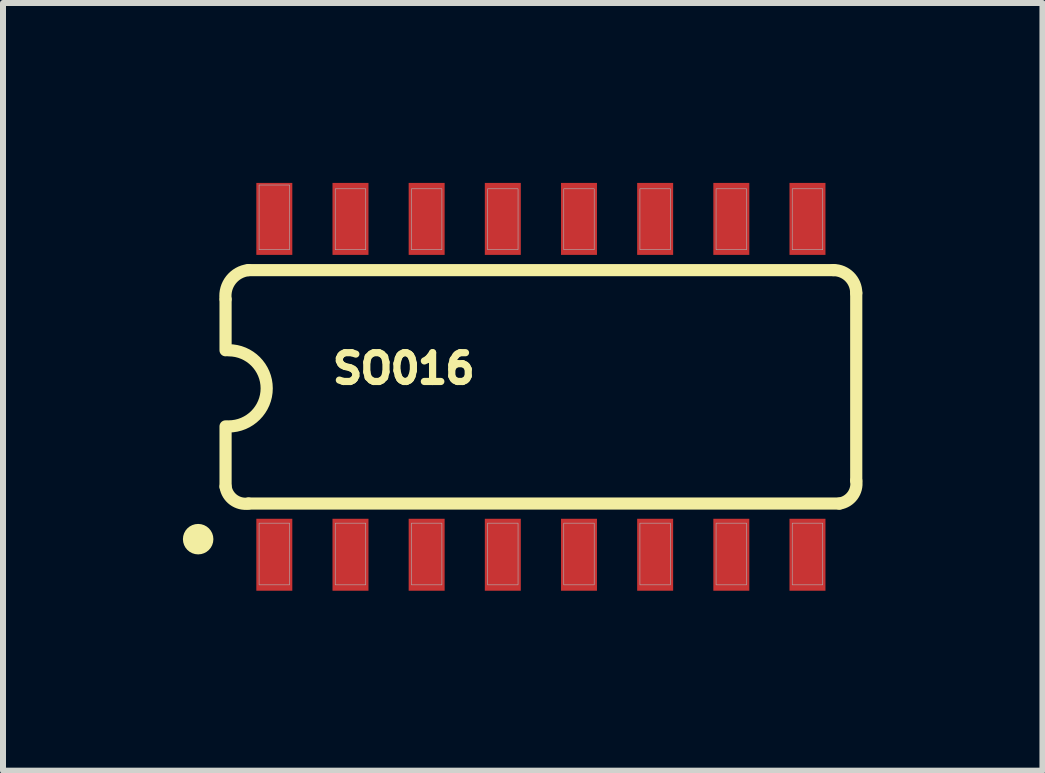
<source format=kicad_pcb>
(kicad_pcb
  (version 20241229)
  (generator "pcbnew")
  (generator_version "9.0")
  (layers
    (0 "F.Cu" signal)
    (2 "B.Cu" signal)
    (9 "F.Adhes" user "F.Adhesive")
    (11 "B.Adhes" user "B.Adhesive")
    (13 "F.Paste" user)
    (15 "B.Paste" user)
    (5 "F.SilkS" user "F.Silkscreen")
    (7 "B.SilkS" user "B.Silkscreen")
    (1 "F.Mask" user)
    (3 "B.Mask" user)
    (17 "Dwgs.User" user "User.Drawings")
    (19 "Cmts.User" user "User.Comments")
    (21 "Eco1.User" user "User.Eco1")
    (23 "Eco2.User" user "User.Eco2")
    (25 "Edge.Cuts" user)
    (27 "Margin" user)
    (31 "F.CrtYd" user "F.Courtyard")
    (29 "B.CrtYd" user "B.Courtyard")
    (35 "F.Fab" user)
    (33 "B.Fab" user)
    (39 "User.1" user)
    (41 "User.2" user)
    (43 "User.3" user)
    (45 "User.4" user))
  (footprint "SO016"
    (layer "F.Cu")
    (at 5.969 3.4)
    (property "Reference" "SO016" (at -2.286 -0.305 0) (layer "F.SilkS") (effects (font (size 0.48 0.48) (thickness 0.15))))
    (attr smd)
    (fp_line (start -5.258 -1.453) (end -5.258 -0.61) (stroke (width 0.203) (type solid)) (layer "F.SilkS"))
    (fp_line (start -5.258 1.665) (end -5.258 0.66) (stroke (width 0.203) (type solid)) (layer "F.SilkS"))
    (fp_line (start -4.877 1.946) (end 4.977 1.946) (stroke (width 0.203) (type solid)) (layer "F.SilkS"))
    (fp_line (start 4.877 -1.946) (end -4.877 -1.946) (stroke (width 0.203) (type solid)) (layer "F.SilkS"))
    (fp_line (start 5.258 1.565) (end 5.258 -1.565) (stroke (width 0.203) (type solid)) (layer "F.SilkS"))
    (fp_arc (start -5.2578 -1.4653) (mid -5.166948 -1.784731) (end -4.8768 -1.9463) (stroke (width 0.2032) (type solid)) (layer "F.SilkS"))
    (fp_arc (start -5.207 -0.6096) (mid -4.572 0.0254) (end -5.207 0.6604) (stroke (width 0.2032) (type solid)) (layer "F.SilkS"))
    (fp_arc (start -4.8768 1.9463) (mid -5.125497 1.884708) (end -5.2578 1.6653) (stroke (width 0.2032) (type solid)) (layer "F.SilkS"))
    (fp_arc (start 4.8768 -1.9463) (mid 5.146237 -1.834737) (end 5.2578 -1.5653) (stroke (width 0.2032) (type solid)) (layer "F.SilkS"))
    (fp_arc (start 5.2578 1.5653) (mid 5.196208 1.813997) (end 4.9768 1.9463) (stroke (width 0.2032) (type solid)) (layer "F.SilkS"))
    (fp_circle (center -5.715 2.54) (end -5.588 2.54) (stroke (width 0.254) (type solid)) (fill no) (layer "F.SilkS"))
    (fp_poly (pts (xy -4.699 -3.365) (xy -4.191 -3.365) (xy -4.191 -2.286) (xy -4.699 -2.286)) (stroke (width 0.01) (type solid)) (fill no) (layer "F.Fab"))
    (fp_poly (pts (xy -4.699 2.273) (xy -4.191 2.273) (xy -4.191 3.302) (xy -4.699 3.302)) (stroke (width 0.01) (type solid)) (fill no) (layer "F.Fab"))
    (fp_poly (pts (xy -3.429 -3.302) (xy -2.921 -3.302) (xy -2.921 -2.286) (xy -3.429 -2.286)) (stroke (width 0.01) (type solid)) (fill no) (layer "F.Fab"))
    (fp_poly (pts (xy -3.429 2.273) (xy -2.921 2.273) (xy -2.921 3.302) (xy -3.429 3.302)) (stroke (width 0.01) (type solid)) (fill no) (layer "F.Fab"))
    (fp_poly (pts (xy -2.159 -3.302) (xy -1.651 -3.302) (xy -1.651 -2.286) (xy -2.159 -2.286)) (stroke (width 0.01) (type solid)) (fill no) (layer "F.Fab"))
    (fp_poly (pts (xy -2.159 2.273) (xy -1.651 2.273) (xy -1.651 3.302) (xy -2.159 3.302)) (stroke (width 0.01) (type solid)) (fill no) (layer "F.Fab"))
    (fp_poly (pts (xy -0.889 -3.302) (xy -0.381 -3.302) (xy -0.381 -2.286) (xy -0.889 -2.286)) (stroke (width 0.01) (type solid)) (fill no) (layer "F.Fab"))
    (fp_poly (pts (xy -0.889 2.273) (xy -0.381 2.273) (xy -0.381 3.302) (xy -0.889 3.302)) (stroke (width 0.01) (type solid)) (fill no) (layer "F.Fab"))
    (fp_poly (pts (xy 0.381 -3.302) (xy 0.889 -3.302) (xy 0.889 -2.286) (xy 0.381 -2.286)) (stroke (width 0.01) (type solid)) (fill no) (layer "F.Fab"))
    (fp_poly (pts (xy 0.381 2.273) (xy 0.889 2.273) (xy 0.889 3.302) (xy 0.381 3.302)) (stroke (width 0.01) (type solid)) (fill no) (layer "F.Fab"))
    (fp_poly (pts (xy 1.651 -3.302) (xy 2.159 -3.302) (xy 2.159 -2.286) (xy 1.651 -2.286)) (stroke (width 0.01) (type solid)) (fill no) (layer "F.Fab"))
    (fp_poly (pts (xy 1.651 2.273) (xy 2.159 2.273) (xy 2.159 3.302) (xy 1.651 3.302)) (stroke (width 0.01) (type solid)) (fill no) (layer "F.Fab"))
    (fp_poly (pts (xy 2.921 -3.302) (xy 3.429 -3.302) (xy 3.429 -2.286) (xy 2.921 -2.286)) (stroke (width 0.01) (type solid)) (fill no) (layer "F.Fab"))
    (fp_poly (pts (xy 2.921 2.273) (xy 3.429 2.273) (xy 3.429 3.302) (xy 2.921 3.302)) (stroke (width 0.01) (type solid)) (fill no) (layer "F.Fab"))
    (fp_poly (pts (xy 4.191 -3.302) (xy 4.699 -3.302) (xy 4.699 -2.286) (xy 4.191 -2.286)) (stroke (width 0.01) (type solid)) (fill no) (layer "F.Fab"))
    (fp_poly (pts (xy 4.191 2.273) (xy 4.699 2.273) (xy 4.699 3.302) (xy 4.191 3.302)) (stroke (width 0.01) (type solid)) (fill no) (layer "F.Fab"))
    (pad "1" smd rect (at -4.445 2.8) (size 0.6 1.2) (layers "F.Cu" "F.Mask" "F.Paste"))
    (pad "2" smd rect (at -3.175 2.8) (size 0.6 1.2) (layers "F.Cu" "F.Mask" "F.Paste"))
    (pad "3" smd rect (at -1.905 2.8) (size 0.6 1.2) (layers "F.Cu" "F.Mask" "F.Paste"))
    (pad "4" smd rect (at -0.635 2.8) (size 0.6 1.2) (layers "F.Cu" "F.Mask" "F.Paste"))
    (pad "5" smd rect (at 0.635 2.8) (size 0.6 1.2) (layers "F.Cu" "F.Mask" "F.Paste"))
    (pad "6" smd rect (at 1.905 2.8) (size 0.6 1.2) (layers "F.Cu" "F.Mask" "F.Paste"))
    (pad "7" smd rect (at 3.175 2.8) (size 0.6 1.2) (layers "F.Cu" "F.Mask" "F.Paste"))
    (pad "8" smd rect (at 4.445 2.8) (size 0.6 1.2) (layers "F.Cu" "F.Mask" "F.Paste"))
    (pad "9" smd rect (at 4.445 -2.8) (size 0.6 1.2) (layers "F.Cu" "F.Mask" "F.Paste"))
    (pad "10" smd rect (at 3.175 -2.8) (size 0.6 1.2) (layers "F.Cu" "F.Mask" "F.Paste"))
    (pad "11" smd rect (at 1.905 -2.8) (size 0.6 1.2) (layers "F.Cu" "F.Mask" "F.Paste"))
    (pad "12" smd rect (at 0.635 -2.8) (size 0.6 1.2) (layers "F.Cu" "F.Mask" "F.Paste"))
    (pad "13" smd rect (at -0.635 -2.8) (size 0.6 1.2) (layers "F.Cu" "F.Mask" "F.Paste"))
    (pad "14" smd rect (at -1.905 -2.8) (size 0.6 1.2) (layers "F.Cu" "F.Mask" "F.Paste"))
    (pad "15" smd rect (at -3.175 -2.8) (size 0.6 1.2) (layers "F.Cu" "F.Mask" "F.Paste"))
    (pad "16" smd rect (at -4.445 -2.8) (size 0.6 1.2) (layers "F.Cu" "F.Mask" "F.Paste")))
  (gr_rect
    (start -3 -3)
    (end 14.332 9.8)
    (stroke (width 0.1) (type default))
    (fill no)
    (layer "Edge.Cuts")))
</source>
